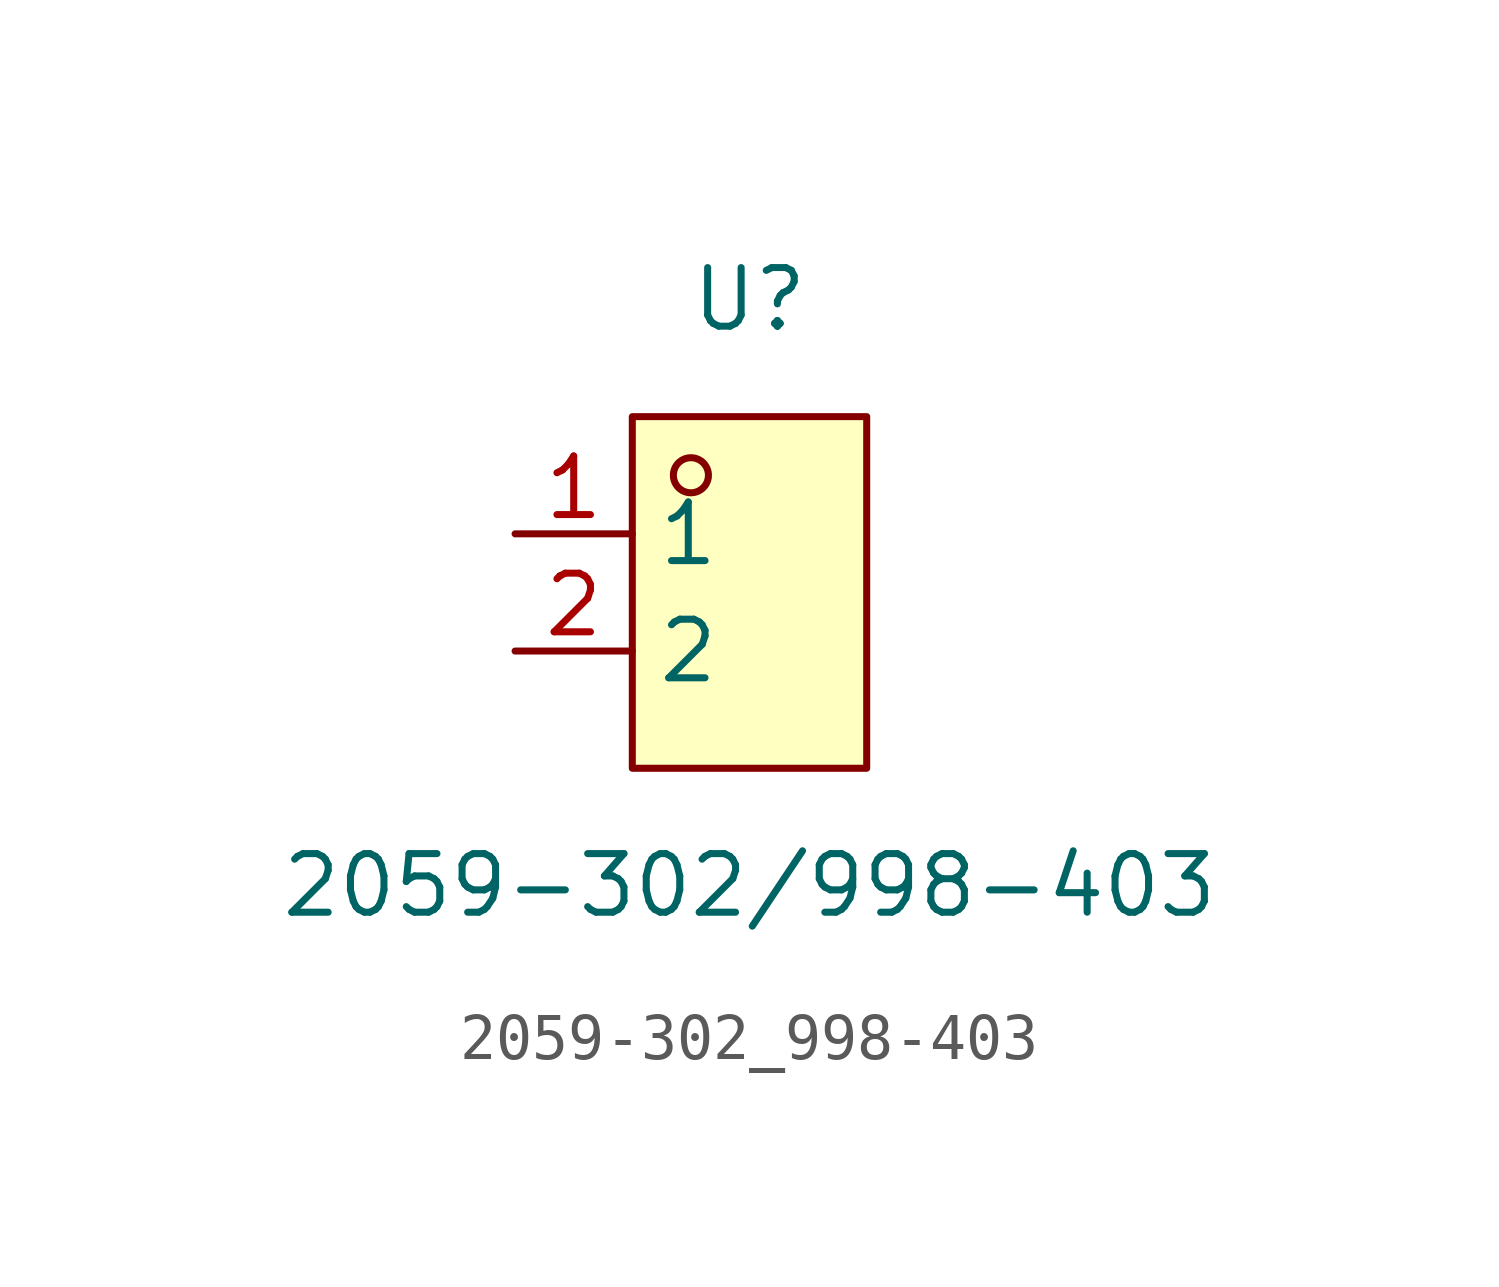
<source format=kicad_sym>
(kicad_symbol_lib
  (version 20211014)
  (generator https://github.com/uPesy/easyeda2kicad.py)
  (symbol "2059-302_998-403"
    (property "Reference" "U"
      (at 0 6.35 0)
      (effects (font (size 1.27 1.27))))
    (property "Value" "2059-302/998-403"
      (at 0 -6.35 0)
      (effects (font (size 1.27 1.27))))
    (symbol "2059-302_998-403_0_1"
      (rectangle (start -2.54 3.81) (end 2.54 -3.81) (stroke (width 0) (type default) (color 0 0 0 0)) (fill (type background)))
      (circle (center -1.27 2.54) (radius 0.38) (stroke (width 0) (type default) (color 0 0 0 0)) (fill (type none)))
      (pin unspecified line (at -5.08 1.27 0) (length 2.54) (name "1" (effects (font (size 1.27 1.27)))) (number "1" (effects (font (size 1.27 1.27)))))
      (pin unspecified line (at -5.08 -1.27 0) (length 2.54) (name "2" (effects (font (size 1.27 1.27)))) (number "2" (effects (font (size 1.27 1.27))))))))
</source>
